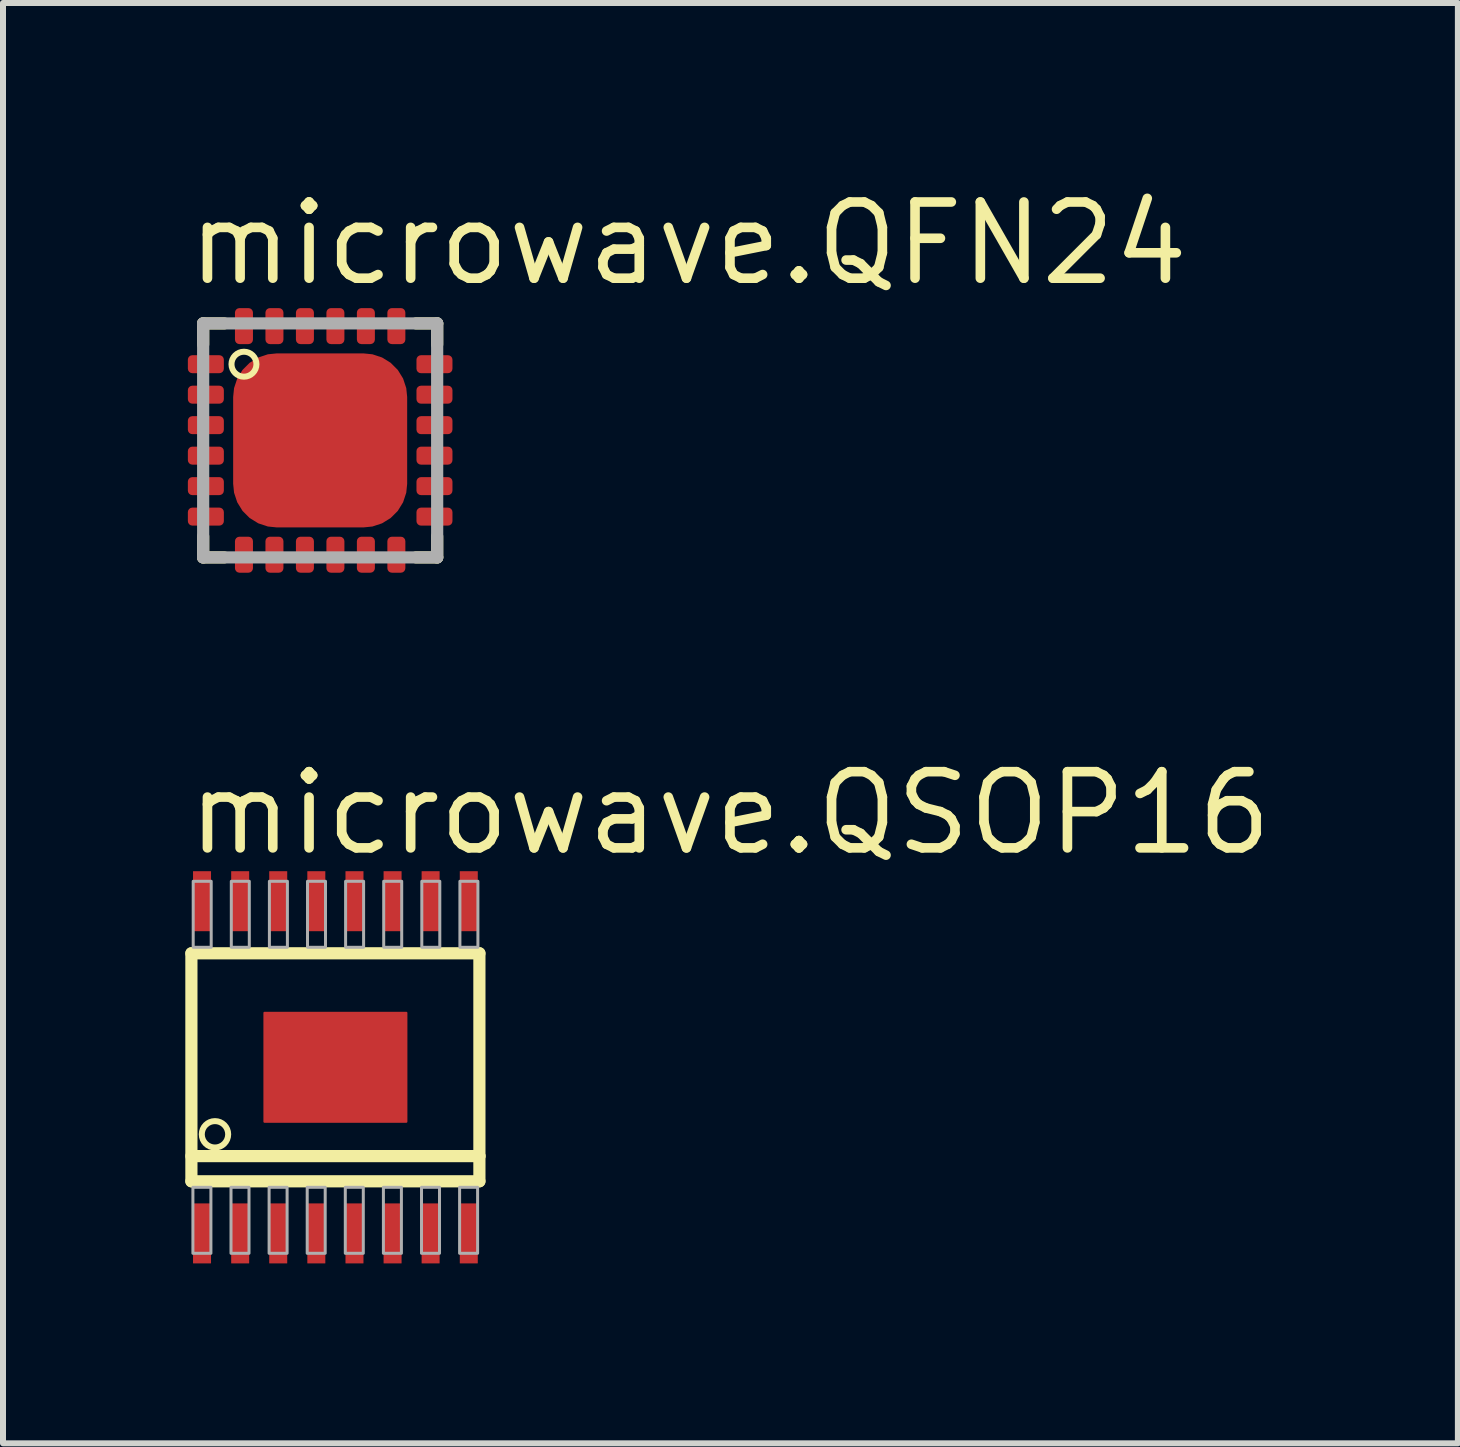
<source format=kicad_pcb>
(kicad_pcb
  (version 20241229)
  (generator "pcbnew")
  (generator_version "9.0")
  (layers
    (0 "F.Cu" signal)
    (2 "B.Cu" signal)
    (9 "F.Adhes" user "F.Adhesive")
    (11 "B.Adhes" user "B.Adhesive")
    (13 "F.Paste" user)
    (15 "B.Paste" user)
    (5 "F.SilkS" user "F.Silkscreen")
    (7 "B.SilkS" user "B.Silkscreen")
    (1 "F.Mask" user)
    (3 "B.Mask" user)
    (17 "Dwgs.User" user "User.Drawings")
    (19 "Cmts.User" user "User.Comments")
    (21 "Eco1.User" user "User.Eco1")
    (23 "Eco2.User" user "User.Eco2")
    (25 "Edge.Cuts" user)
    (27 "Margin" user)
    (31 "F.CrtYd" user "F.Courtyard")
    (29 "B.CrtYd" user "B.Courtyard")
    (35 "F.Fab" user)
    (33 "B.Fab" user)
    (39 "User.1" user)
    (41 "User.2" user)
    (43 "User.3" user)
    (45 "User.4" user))
  (footprint "microwave.QFN24"
    (layer "F.Cu")
    (at 2.286 4.29)
    (property "Reference" "microwave.QFN24" (at -2.286 -2.54 0) (layer "F.SilkS") (effects (font (size 1.27 1.27) (thickness 0.16)) (justify left bottom)))
    (attr smd)
    (fp_line (start -1.95 -1.95) (end -1.6 -1.95) (stroke (width 0.203) (type default)) (layer "F.SilkS"))
    (fp_line (start -1.95 -1.6) (end -1.95 -1.95) (stroke (width 0.203) (type default)) (layer "F.SilkS"))
    (fp_line (start -1.95 1.95) (end -1.95 1.6) (stroke (width 0.203) (type default)) (layer "F.SilkS"))
    (fp_line (start -1.6 1.95) (end -1.95 1.95) (stroke (width 0.203) (type default)) (layer "F.SilkS"))
    (fp_line (start 1.6 -1.95) (end 1.95 -1.95) (stroke (width 0.203) (type default)) (layer "F.SilkS"))
    (fp_line (start 1.95 -1.95) (end 1.95 -1.6) (stroke (width 0.203) (type default)) (layer "F.SilkS"))
    (fp_line (start 1.95 1.6) (end 1.95 1.95) (stroke (width 0.203) (type default)) (layer "F.SilkS"))
    (fp_line (start 1.95 1.95) (end 1.6 1.95) (stroke (width 0.203) (type default)) (layer "F.SilkS"))
    (fp_circle (center -1.27 -1.27) (end -1.062 -1.27) (stroke (width 0.1) (type default)) (fill no) (layer "F.SilkS"))
    (fp_line (start -1.95 -1.95) (end 1.95 -1.95) (stroke (width 0.203) (type default)) (layer "F.Fab"))
    (fp_line (start -1.95 1.95) (end -1.95 -1.95) (stroke (width 0.203) (type default)) (layer "F.Fab"))
    (fp_line (start 1.95 -1.95) (end 1.95 1.95) (stroke (width 0.203) (type default)) (layer "F.Fab"))
    (fp_line (start 1.95 1.95) (end -1.95 1.95) (stroke (width 0.203) (type default)) (layer "F.Fab"))
    (pad "1" smd roundrect (at -1.905 -1.27) (size 0.6 0.3) (layers "F.Cu" "F.Mask" "F.Paste") (roundrect_rratio 0.25))
    (pad "2" smd roundrect (at -1.905 -0.762) (size 0.6 0.3) (layers "F.Cu" "F.Mask" "F.Paste") (roundrect_rratio 0.25))
    (pad "3" smd roundrect (at -1.905 -0.254) (size 0.6 0.3) (layers "F.Cu" "F.Mask" "F.Paste") (roundrect_rratio 0.25))
    (pad "4" smd roundrect (at -1.905 0.254) (size 0.6 0.3) (layers "F.Cu" "F.Mask" "F.Paste") (roundrect_rratio 0.25))
    (pad "5" smd roundrect (at -1.905 0.762) (size 0.6 0.3) (layers "F.Cu" "F.Mask" "F.Paste") (roundrect_rratio 0.25))
    (pad "6" smd roundrect (at -1.905 1.27) (size 0.6 0.3) (layers "F.Cu" "F.Mask" "F.Paste") (roundrect_rratio 0.25))
    (pad "7" smd roundrect (at -1.27 1.905 90) (size 0.6 0.3) (layers "F.Cu" "F.Mask" "F.Paste") (roundrect_rratio 0.25))
    (pad "8" smd roundrect (at -0.762 1.905 90) (size 0.6 0.3) (layers "F.Cu" "F.Mask" "F.Paste") (roundrect_rratio 0.25))
    (pad "9" smd roundrect (at -0.254 1.905 90) (size 0.6 0.3) (layers "F.Cu" "F.Mask" "F.Paste") (roundrect_rratio 0.25))
    (pad "10" smd roundrect (at 0.254 1.905 90) (size 0.6 0.3) (layers "F.Cu" "F.Mask" "F.Paste") (roundrect_rratio 0.25))
    (pad "11" smd roundrect (at 0.762 1.905 90) (size 0.6 0.3) (layers "F.Cu" "F.Mask" "F.Paste") (roundrect_rratio 0.25))
    (pad "12" smd roundrect (at 1.27 1.905 90) (size 0.6 0.3) (layers "F.Cu" "F.Mask" "F.Paste") (roundrect_rratio 0.25))
    (pad "13" smd roundrect (at 1.905 1.27 180) (size 0.6 0.3) (layers "F.Cu" "F.Mask" "F.Paste") (roundrect_rratio 0.25))
    (pad "14" smd roundrect (at 1.905 0.762 180) (size 0.6 0.3) (layers "F.Cu" "F.Mask" "F.Paste") (roundrect_rratio 0.25))
    (pad "15" smd roundrect (at 1.905 0.254 180) (size 0.6 0.3) (layers "F.Cu" "F.Mask" "F.Paste") (roundrect_rratio 0.25))
    (pad "16" smd roundrect (at 1.905 -0.254 180) (size 0.6 0.3) (layers "F.Cu" "F.Mask" "F.Paste") (roundrect_rratio 0.25))
    (pad "17" smd roundrect (at 1.905 -0.762 180) (size 0.6 0.3) (layers "F.Cu" "F.Mask" "F.Paste") (roundrect_rratio 0.25))
    (pad "18" smd roundrect (at 1.905 -1.27 180) (size 0.6 0.3) (layers "F.Cu" "F.Mask" "F.Paste") (roundrect_rratio 0.25))
    (pad "19" smd roundrect (at 1.27 -1.905 270) (size 0.6 0.3) (layers "F.Cu" "F.Mask" "F.Paste") (roundrect_rratio 0.25))
    (pad "20" smd roundrect (at 0.762 -1.905 270) (size 0.6 0.3) (layers "F.Cu" "F.Mask" "F.Paste") (roundrect_rratio 0.25))
    (pad "21" smd roundrect (at 0.254 -1.905 270) (size 0.6 0.3) (layers "F.Cu" "F.Mask" "F.Paste") (roundrect_rratio 0.25))
    (pad "22" smd roundrect (at -0.254 -1.905 270) (size 0.6 0.3) (layers "F.Cu" "F.Mask" "F.Paste") (roundrect_rratio 0.25))
    (pad "23" smd roundrect (at -0.762 -1.905 270) (size 0.6 0.3) (layers "F.Cu" "F.Mask" "F.Paste") (roundrect_rratio 0.25))
    (pad "24" smd roundrect (at -1.27 -1.905 270) (size 0.6 0.3) (layers "F.Cu" "F.Mask" "F.Paste") (roundrect_rratio 0.25))
    (pad "EXP" smd roundrect (at 0 0) (size 2.9 2.9) (layers "F.Cu" "F.Mask" "F.Paste") (roundrect_rratio 0.25)))
  (footprint "microwave.QSOP16"
    (layer "F.Cu")
    (at 2.54 14.738)
    (property "Reference" "microwave.QSOP16" (at -2.54 -3.493 0) (layer "F.SilkS") (effects (font (size 1.27 1.27) (thickness 0.16)) (justify left bottom)))
    (attr smd)
    (fp_line (start -2.4 -1.9) (end 2.4 -1.9) (stroke (width 0.203) (type default)) (layer "F.SilkS"))
    (fp_line (start -2.4 1.9) (end -2.4 -1.9) (stroke (width 0.203) (type default)) (layer "F.SilkS"))
    (fp_line (start 2.4 -1.9) (end 2.4 1.48) (stroke (width 0.203) (type default)) (layer "F.SilkS"))
    (fp_line (start 2.4 1.48) (end -2.4 1.48) (stroke (width 0.203) (type default)) (layer "F.SilkS"))
    (fp_line (start 2.4 1.48) (end 2.4 1.9) (stroke (width 0.203) (type default)) (layer "F.SilkS"))
    (fp_line (start 2.4 1.9) (end -2.4 1.9) (stroke (width 0.203) (type default)) (layer "F.SilkS"))
    (fp_circle (center -2.007 1.117) (end -1.787 1.117) (stroke (width 0.1) (type default)) (fill no) (layer "F.SilkS"))
    (fp_rect (start -2.375 3.1) (end -2.075 2) (stroke (width 0.05) (type default)) (fill no) (layer "F.Fab"))
    (fp_rect (start -2.37 -2) (end -2.07 -3.1) (stroke (width 0.05) (type default)) (fill no) (layer "F.Fab"))
    (fp_rect (start -1.74 3.1) (end -1.44 2) (stroke (width 0.05) (type default)) (fill no) (layer "F.Fab"))
    (fp_rect (start -1.735 -2) (end -1.435 -3.1) (stroke (width 0.05) (type default)) (fill no) (layer "F.Fab"))
    (fp_rect (start -1.105 3.1) (end -0.805 2) (stroke (width 0.05) (type default)) (fill no) (layer "F.Fab"))
    (fp_rect (start -1.1 -2) (end -0.8 -3.1) (stroke (width 0.05) (type default)) (fill no) (layer "F.Fab"))
    (fp_rect (start -0.47 3.1) (end -0.17 2) (stroke (width 0.05) (type default)) (fill no) (layer "F.Fab"))
    (fp_rect (start -0.465 -2) (end -0.165 -3.1) (stroke (width 0.05) (type default)) (fill no) (layer "F.Fab"))
    (fp_rect (start 0.165 3.1) (end 0.465 2) (stroke (width 0.05) (type default)) (fill no) (layer "F.Fab"))
    (fp_rect (start 0.17 -2) (end 0.47 -3.1) (stroke (width 0.05) (type default)) (fill no) (layer "F.Fab"))
    (fp_rect (start 0.8 3.1) (end 1.1 2) (stroke (width 0.05) (type default)) (fill no) (layer "F.Fab"))
    (fp_rect (start 0.805 -2) (end 1.105 -3.1) (stroke (width 0.05) (type default)) (fill no) (layer "F.Fab"))
    (fp_rect (start 1.435 3.1) (end 1.735 2) (stroke (width 0.05) (type default)) (fill no) (layer "F.Fab"))
    (fp_rect (start 1.44 -2) (end 1.74 -3.1) (stroke (width 0.05) (type default)) (fill no) (layer "F.Fab"))
    (fp_rect (start 2.07 3.1) (end 2.37 2) (stroke (width 0.05) (type default)) (fill no) (layer "F.Fab"))
    (fp_rect (start 2.075 -2) (end 2.375 -3.1) (stroke (width 0.05) (type default)) (fill no) (layer "F.Fab"))
    (pad "1" smd roundrect (at -2.223 2.768) (size 0.3 1) (layers "F.Cu" "F.Mask" "F.Paste") (roundrect_rratio 0.01))
    (pad "2" smd roundrect (at -1.587 2.768) (size 0.3 1) (layers "F.Cu" "F.Mask" "F.Paste") (roundrect_rratio 0.01))
    (pad "3" smd roundrect (at -0.953 2.768) (size 0.3 1) (layers "F.Cu" "F.Mask" "F.Paste") (roundrect_rratio 0.01))
    (pad "4" smd roundrect (at -0.318 2.768) (size 0.3 1) (layers "F.Cu" "F.Mask" "F.Paste") (roundrect_rratio 0.01))
    (pad "5" smd roundrect (at 0.318 2.768) (size 0.3 1) (layers "F.Cu" "F.Mask" "F.Paste") (roundrect_rratio 0.01))
    (pad "6" smd roundrect (at 0.953 2.768) (size 0.3 1) (layers "F.Cu" "F.Mask" "F.Paste") (roundrect_rratio 0.01))
    (pad "7" smd roundrect (at 1.587 2.768) (size 0.3 1) (layers "F.Cu" "F.Mask" "F.Paste") (roundrect_rratio 0.01))
    (pad "8" smd roundrect (at 2.223 2.768) (size 0.3 1) (layers "F.Cu" "F.Mask" "F.Paste") (roundrect_rratio 0.01))
    (pad "9" smd roundrect (at 2.223 -2.768 180) (size 0.3 1) (layers "F.Cu" "F.Mask" "F.Paste") (roundrect_rratio 0.01))
    (pad "10" smd roundrect (at 1.587 -2.768 180) (size 0.3 1) (layers "F.Cu" "F.Mask" "F.Paste") (roundrect_rratio 0.01))
    (pad "11" smd roundrect (at 0.953 -2.768 180) (size 0.3 1) (layers "F.Cu" "F.Mask" "F.Paste") (roundrect_rratio 0.01))
    (pad "12" smd roundrect (at 0.318 -2.768 180) (size 0.3 1) (layers "F.Cu" "F.Mask" "F.Paste") (roundrect_rratio 0.01))
    (pad "13" smd roundrect (at -0.318 -2.768 180) (size 0.3 1) (layers "F.Cu" "F.Mask" "F.Paste") (roundrect_rratio 0.01))
    (pad "14" smd roundrect (at -0.953 -2.768 180) (size 0.3 1) (layers "F.Cu" "F.Mask" "F.Paste") (roundrect_rratio 0.01))
    (pad "15" smd roundrect (at -1.587 -2.768 180) (size 0.3 1) (layers "F.Cu" "F.Mask" "F.Paste") (roundrect_rratio 0.01))
    (pad "16" smd roundrect (at -2.223 -2.768 180) (size 0.3 1) (layers "F.Cu" "F.Mask" "F.Paste") (roundrect_rratio 0.01))
    (pad "EXP" smd roundrect (at 0 0) (size 2.4 1.85) (layers "F.Cu" "F.Mask" "F.Paste") (roundrect_rratio 0.01)))
  (gr_rect
    (start -3 -3)
    (end 21.248 21.005)
    (stroke (width 0.1) (type default))
    (fill no)
    (layer "Edge.Cuts")))
</source>
